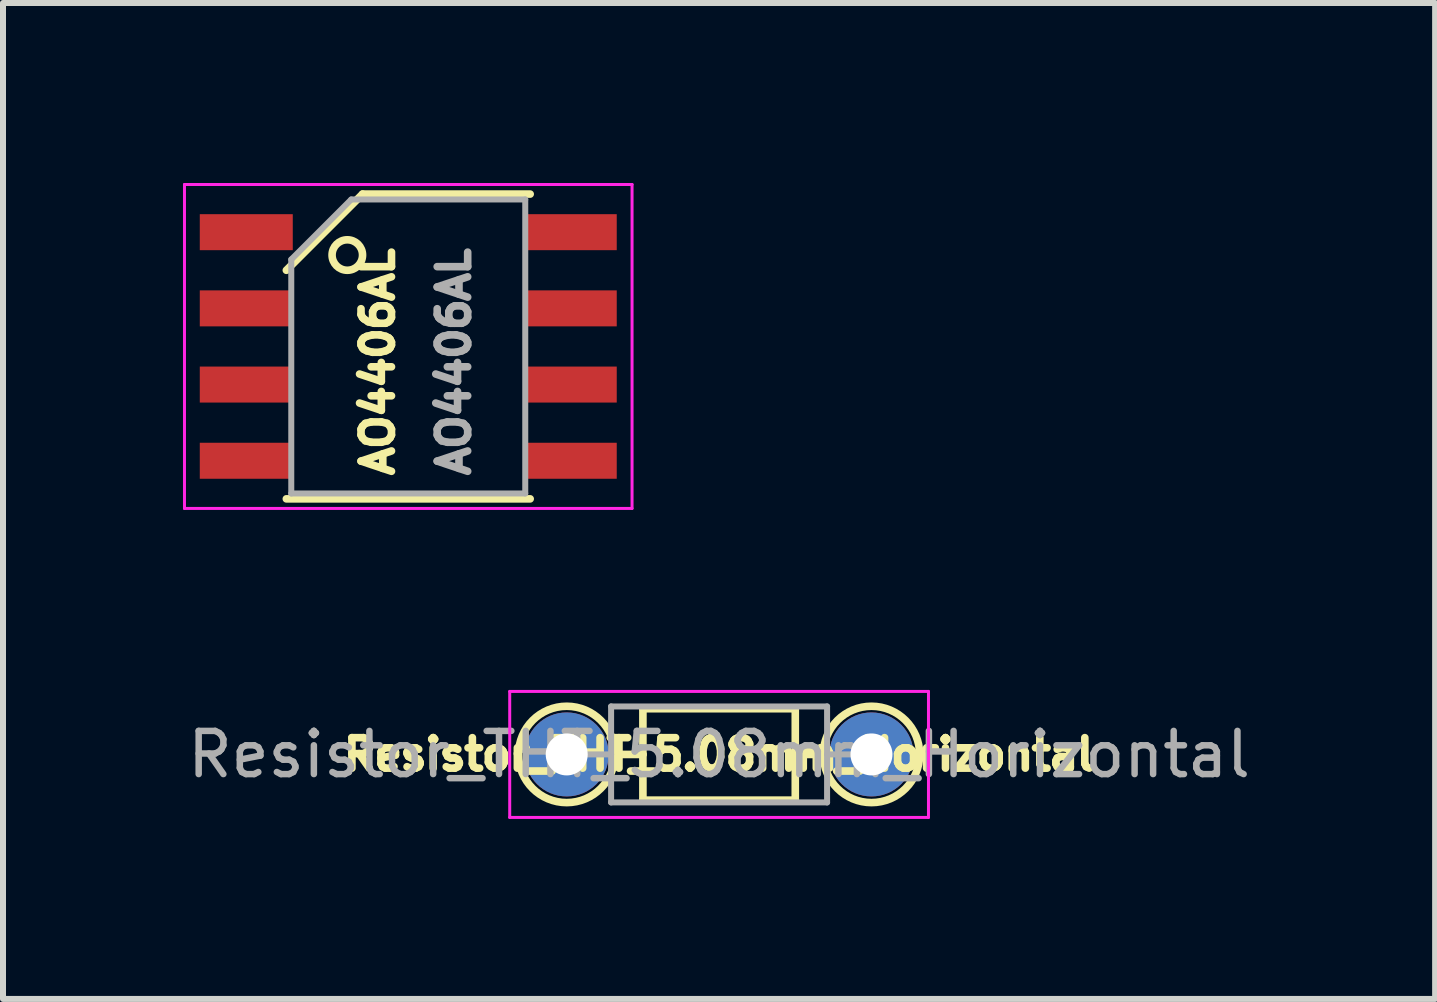
<source format=kicad_pcb>
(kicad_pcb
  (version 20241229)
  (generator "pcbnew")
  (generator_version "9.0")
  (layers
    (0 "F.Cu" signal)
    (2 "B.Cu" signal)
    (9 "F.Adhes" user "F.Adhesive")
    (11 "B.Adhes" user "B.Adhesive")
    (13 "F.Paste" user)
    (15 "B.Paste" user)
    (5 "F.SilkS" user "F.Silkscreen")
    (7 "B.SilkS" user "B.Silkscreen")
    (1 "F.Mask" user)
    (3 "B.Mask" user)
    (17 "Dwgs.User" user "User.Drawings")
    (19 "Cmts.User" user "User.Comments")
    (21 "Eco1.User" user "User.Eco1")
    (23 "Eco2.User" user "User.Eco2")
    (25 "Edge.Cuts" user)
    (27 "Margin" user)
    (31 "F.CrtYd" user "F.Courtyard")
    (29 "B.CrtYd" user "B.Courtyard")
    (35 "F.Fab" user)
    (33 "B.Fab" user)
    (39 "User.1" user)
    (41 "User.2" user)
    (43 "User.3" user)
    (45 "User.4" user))
  (footprint "AO4406AL"
    (layer "F.Cu")
    (at 3.755 2.725)
    (property "Reference" "AO4406AL" (at -0.508 0.254 90) (layer "F.SilkS") (effects (font (size 0.508 0.508) (thickness 0.127))))
    (attr smd)
    (fp_line (start -2.032 -1.27) (end -0.762 -2.54) (stroke (width 0.127) (type solid)) (layer "F.SilkS"))
    (fp_line (start -0.762 -2.54) (end 2.032 -2.54) (stroke (width 0.127) (type solid)) (layer "F.SilkS"))
    (fp_line (start 2.032 2.54) (end -2.032 2.54) (stroke (width 0.127) (type solid)) (layer "F.SilkS"))
    (fp_circle (center -1.016 -1.524) (end -0.762 -1.524) (stroke (width 0.127) (type solid)) (fill no) (layer "F.SilkS"))
    (fp_line (start -3.73 -2.7) (end -3.73 2.7) (stroke (width 0.05) (type solid)) (layer "F.CrtYd"))
    (fp_line (start -3.73 -2.7) (end 3.73 -2.7) (stroke (width 0.05) (type solid)) (layer "F.CrtYd"))
    (fp_line (start -3.73 2.7) (end 3.73 2.7) (stroke (width 0.05) (type solid)) (layer "F.CrtYd"))
    (fp_line (start 3.73 -2.7) (end 3.73 2.7) (stroke (width 0.05) (type solid)) (layer "F.CrtYd"))
    (fp_line (start -1.95 -1.45) (end -0.95 -2.45) (stroke (width 0.1) (type solid)) (layer "F.Fab"))
    (fp_line (start -1.95 2.45) (end -1.95 -1.45) (stroke (width 0.1) (type solid)) (layer "F.Fab"))
    (fp_line (start -0.95 -2.45) (end 1.95 -2.45) (stroke (width 0.1) (type solid)) (layer "F.Fab"))
    (fp_line (start 1.95 -2.45) (end 1.95 2.45) (stroke (width 0.1) (type solid)) (layer "F.Fab"))
    (fp_line (start 1.95 2.45) (end -1.95 2.45) (stroke (width 0.1) (type solid)) (layer "F.Fab"))
    (fp_text user "${REFERENCE}" (at 0.762 0.254 90) (layer "F.Fab") (effects (font (size 0.508 0.508) (thickness 0.127))))
    (pad "D" smd rect (at 2.7 -1.905) (size 1.55 0.6) (layers "F.Cu" "F.Mask" "F.Paste"))
    (pad "D" smd rect (at 2.7 -0.635) (size 1.55 0.6) (layers "F.Cu" "F.Mask" "F.Paste"))
    (pad "D" smd rect (at 2.7 0.635) (size 1.55 0.6) (layers "F.Cu" "F.Mask" "F.Paste"))
    (pad "D" smd rect (at 2.7 1.905) (size 1.55 0.6) (layers "F.Cu" "F.Mask" "F.Paste"))
    (pad "G" smd rect (at -2.7 1.905) (size 1.55 0.6) (layers "F.Cu" "F.Mask" "F.Paste"))
    (pad "S" smd rect (at -2.7 -1.905) (size 1.55 0.6) (layers "F.Cu" "F.Mask" "F.Paste"))
    (pad "S" smd rect (at -2.7 -0.635) (size 1.55 0.6) (layers "F.Cu" "F.Mask" "F.Paste"))
    (pad "S" smd rect (at -2.7 0.635) (size 1.55 0.6) (layers "F.Cu" "F.Mask" "F.Paste")))
  (footprint "Resistor_THT_5.08mm_Horizontal"
    (layer "F.Cu")
    (at 8.936 9.525)
    (property "Reference" "Resistor_THT_5.08mm_Horizontal" (at 0 0 0) (layer "F.SilkS") (effects (font (size 0.508 0.508) (thickness 0.127))))
    (attr through_hole)
    (fp_line (start -1.676 0) (end -1.27 0) (stroke (width 0.127) (type solid)) (layer "F.SilkS"))
    (fp_line (start -1.27 0) (end -1.27 -0.762) (stroke (width 0.127) (type solid)) (layer "F.SilkS"))
    (fp_line (start -1.27 0) (end -1.27 0.762) (stroke (width 0.127) (type solid)) (layer "F.SilkS"))
    (fp_line (start -1.27 0.762) (end 1.27 0.762) (stroke (width 0.127) (type solid)) (layer "F.SilkS"))
    (fp_line (start 1.27 -0.762) (end -1.27 -0.762) (stroke (width 0.127) (type solid)) (layer "F.SilkS"))
    (fp_line (start 1.27 0) (end 1.27 -0.762) (stroke (width 0.127) (type solid)) (layer "F.SilkS"))
    (fp_line (start 1.27 0.762) (end 1.27 0) (stroke (width 0.127) (type solid)) (layer "F.SilkS"))
    (fp_line (start 1.676 0) (end 1.27 0) (stroke (width 0.127) (type solid)) (layer "F.SilkS"))
    (fp_circle (center -2.54 0) (end -1.737 0) (stroke (width 0.127) (type solid)) (fill no) (layer "F.SilkS"))
    (fp_circle (center 2.54 0) (end 3.343 0) (stroke (width 0.127) (type solid)) (fill no) (layer "F.SilkS"))
    (fp_line (start -3.49 -1.05) (end -3.49 1.05) (stroke (width 0.05) (type solid)) (layer "F.CrtYd"))
    (fp_line (start -3.49 1.05) (end 3.49 1.05) (stroke (width 0.05) (type solid)) (layer "F.CrtYd"))
    (fp_line (start 3.49 -1.05) (end -3.49 -1.05) (stroke (width 0.05) (type solid)) (layer "F.CrtYd"))
    (fp_line (start 3.49 1.05) (end 3.49 -1.05) (stroke (width 0.05) (type solid)) (layer "F.CrtYd"))
    (fp_line (start -2.54 0) (end -1.8 0) (stroke (width 0.1) (type solid)) (layer "F.Fab"))
    (fp_line (start -1.8 -0.8) (end -1.8 0.8) (stroke (width 0.1) (type solid)) (layer "F.Fab"))
    (fp_line (start -1.8 0.8) (end 1.8 0.8) (stroke (width 0.1) (type solid)) (layer "F.Fab"))
    (fp_line (start 1.8 -0.8) (end -1.8 -0.8) (stroke (width 0.1) (type solid)) (layer "F.Fab"))
    (fp_line (start 1.8 0.8) (end 1.8 -0.8) (stroke (width 0.1) (type solid)) (layer "F.Fab"))
    (fp_line (start 2.54 0) (end 1.8 0) (stroke (width 0.1) (type solid)) (layer "F.Fab"))
    (fp_text user "${REFERENCE}" (at 0 0 0) (layer "F.Fab") (effects (font (size 0.72 0.72) (thickness 0.108))))
    (pad "1" thru_hole circle (at -2.54 0) (size 1.4 1.4) (drill 0.7) (layers "*.Cu" "*.Mask"))
    (pad "2" thru_hole oval (at 2.54 0) (size 1.4 1.4) (drill 0.7) (layers "*.Cu" "*.Mask")))
  (gr_rect
    (start -3 -3)
    (end 20.871 13.6)
    (stroke (width 0.1) (type default))
    (fill no)
    (layer "Edge.Cuts")))
</source>
